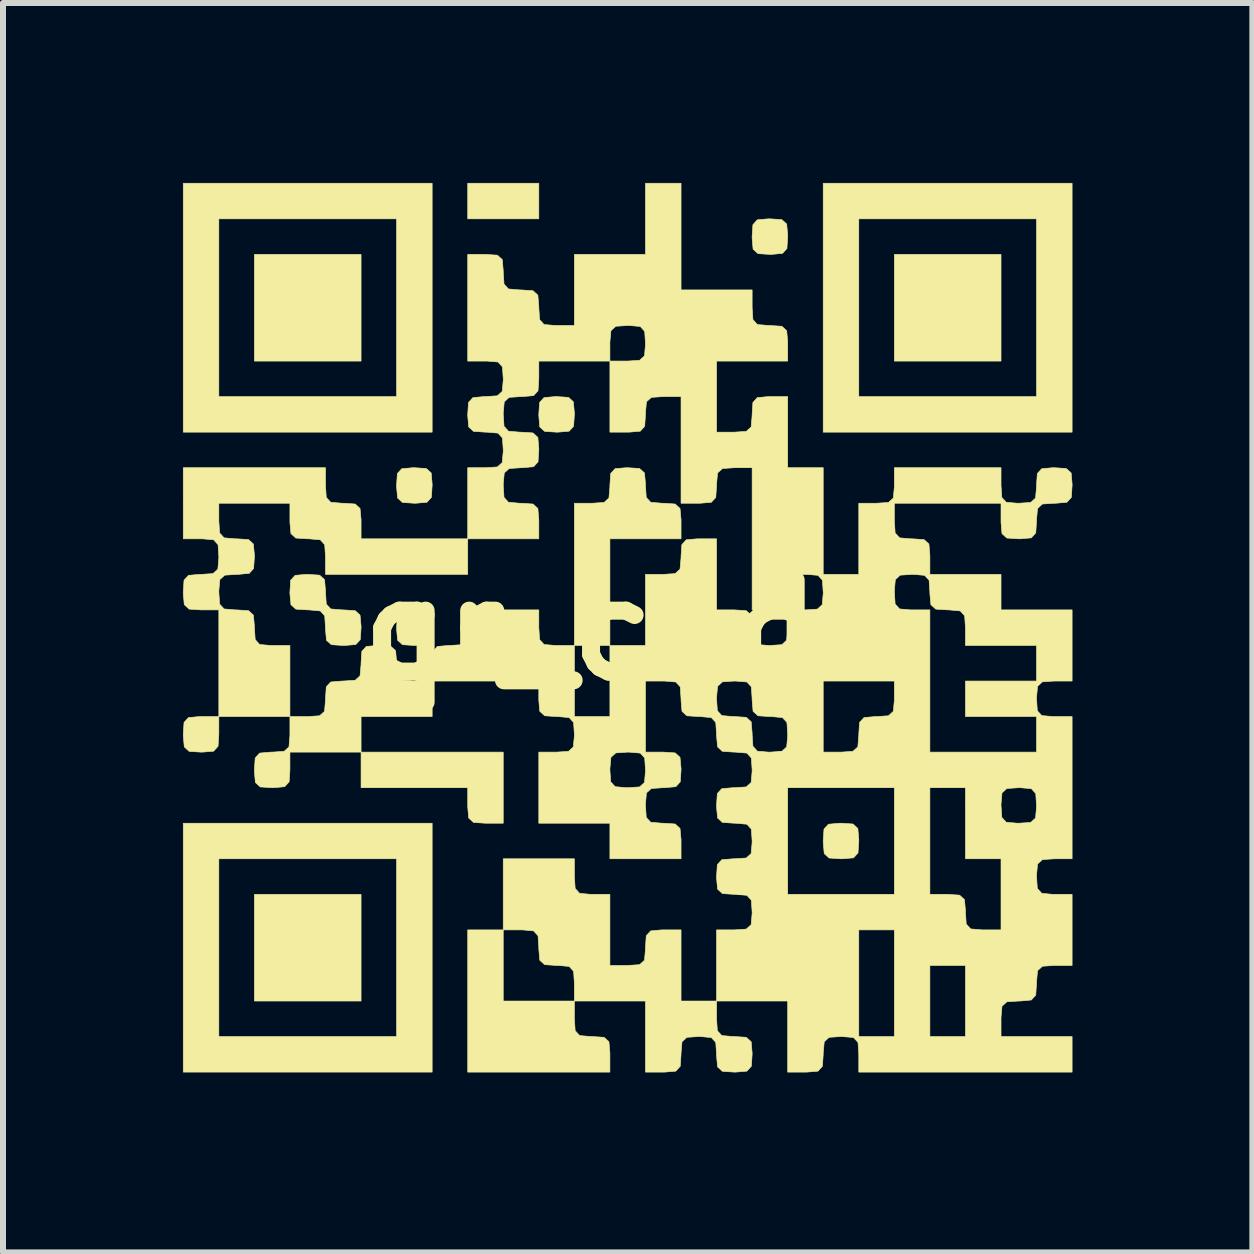
<source format=kicad_pcb>
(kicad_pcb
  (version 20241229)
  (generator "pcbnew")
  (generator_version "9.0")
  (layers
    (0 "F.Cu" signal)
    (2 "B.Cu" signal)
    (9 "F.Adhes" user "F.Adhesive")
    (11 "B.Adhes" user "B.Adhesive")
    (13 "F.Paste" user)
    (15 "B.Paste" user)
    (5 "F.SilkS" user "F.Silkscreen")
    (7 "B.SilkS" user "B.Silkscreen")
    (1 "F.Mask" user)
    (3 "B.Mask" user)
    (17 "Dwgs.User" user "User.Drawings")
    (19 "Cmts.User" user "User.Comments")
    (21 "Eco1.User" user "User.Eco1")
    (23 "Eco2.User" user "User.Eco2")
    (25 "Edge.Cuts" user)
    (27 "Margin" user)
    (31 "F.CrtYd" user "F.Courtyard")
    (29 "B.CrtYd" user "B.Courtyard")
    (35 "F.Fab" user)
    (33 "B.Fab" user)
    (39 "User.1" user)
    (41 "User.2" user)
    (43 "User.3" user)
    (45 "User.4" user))
  (footprint "qr_code"
    (layer "F.Cu")
    (at 7.456 7.456)
    (property "Reference" "qr_code" (at 0 0 0) (layer "F.SilkS") (effects (font (size 1.524 1.524) (thickness 0.3))))
    (attr through_hole)
    (fp_poly (pts (xy -4.487 -4.487) (xy -6.265 -4.487) (xy -6.265 -6.265) (xy -4.487 -6.265) (xy -4.487 -4.487)) (stroke (width 0.01) (type solid)) (fill yes) (layer "F.SilkS"))
    (fp_poly (pts (xy -4.487 6.181) (xy -6.265 6.181) (xy -6.265 4.403) (xy -4.487 4.403) (xy -4.487 6.181)) (stroke (width 0.01) (type solid)) (fill yes) (layer "F.SilkS"))
    (fp_poly (pts (xy -1.524 -6.858) (xy -2.709 -6.858) (xy -2.709 -7.451) (xy -1.524 -7.451) (xy -1.524 -6.858)) (stroke (width 0.01) (type solid)) (fill yes) (layer "F.SilkS"))
    (fp_poly (pts (xy 6.181 -4.487) (xy 4.403 -4.487) (xy 4.403 -6.265) (xy 6.181 -6.265) (xy 6.181 -4.487)) (stroke (width 0.01) (type solid)) (fill yes) (layer "F.SilkS"))
    (fp_poly (pts (xy -2.117 3.217) (xy -2.413 3.217) (xy -2.612 3.204) (xy -2.693 3.13) (xy -2.709 2.944) (xy -2.709 2.921) (xy -2.709 2.625) (xy -4.487 2.625) (xy -4.487 2.032) (xy -2.117 2.032) (xy -2.117 3.217)) (stroke (width 0.01) (type solid)) (fill yes) (layer "F.SilkS"))
    (fp_poly (pts (xy -3.302 -3.302) (xy -7.451 -3.302) (xy -7.451 -6.858) (xy -6.858 -6.858) (xy -6.858 -3.895) (xy -3.895 -3.895) (xy -3.895 -6.858) (xy -6.858 -6.858) (xy -7.451 -6.858) (xy -7.451 -7.451) (xy -3.302 -7.451) (xy -3.302 -3.302)) (stroke (width 0.01) (type solid)) (fill yes) (layer "F.SilkS"))
    (fp_poly (pts (xy -3.302 7.366) (xy -7.451 7.366) (xy -7.451 3.81) (xy -6.858 3.81) (xy -6.858 6.773) (xy -3.895 6.773) (xy -3.895 3.81) (xy -6.858 3.81) (xy -7.451 3.81) (xy -7.451 3.217) (xy -3.302 3.217) (xy -3.302 7.366)) (stroke (width 0.01) (type solid)) (fill yes) (layer "F.SilkS"))
    (fp_poly (pts (xy 7.366 -3.302) (xy 3.217 -3.302) (xy 3.217 -6.858) (xy 3.81 -6.858) (xy 3.81 -3.895) (xy 6.773 -3.895) (xy 6.773 -6.858) (xy 3.81 -6.858) (xy 3.217 -6.858) (xy 3.217 -7.451) (xy 7.366 -7.451) (xy 7.366 -3.302)) (stroke (width 0.01) (type solid)) (fill yes) (layer "F.SilkS"))
    (fp_poly (pts (xy -6.858 1.736) (xy -6.871 1.934) (xy -6.945 2.016) (xy -7.132 2.032) (xy -7.154 2.032) (xy -7.353 2.019) (xy -7.434 1.945) (xy -7.451 1.758) (xy -7.451 1.736) (xy -7.438 1.537) (xy -7.364 1.456) (xy -7.177 1.439) (xy -7.154 1.439) (xy -6.858 1.439) (xy -6.858 1.736)) (stroke (width 0.01) (type solid)) (fill yes) (layer "F.SilkS"))
    (fp_poly (pts (xy -3.4 -2.696) (xy -3.318 -2.622) (xy -3.302 -2.436) (xy -3.302 -2.413) (xy -3.315 -2.214) (xy -3.389 -2.133) (xy -3.576 -2.117) (xy -3.598 -2.117) (xy -3.797 -2.13) (xy -3.878 -2.204) (xy -3.895 -2.39) (xy -3.895 -2.413) (xy -3.882 -2.612) (xy -3.808 -2.693) (xy -3.621 -2.709) (xy -3.598 -2.709) (xy -3.4 -2.696)) (stroke (width 0.01) (type solid)) (fill yes) (layer "F.SilkS"))
    (fp_poly (pts (xy -3.4 -0.326) (xy -3.318 -0.252) (xy -3.302 -0.065) (xy -3.302 -0.042) (xy -3.315 0.156) (xy -3.389 0.238) (xy -3.576 0.254) (xy -3.598 0.254) (xy -3.797 0.241) (xy -3.878 0.167) (xy -3.895 -0.02) (xy -3.895 -0.042) (xy -3.882 -0.241) (xy -3.808 -0.322) (xy -3.621 -0.339) (xy -3.598 -0.339) (xy -3.4 -0.326)) (stroke (width 0.01) (type solid)) (fill yes) (layer "F.SilkS"))
    (fp_poly (pts (xy -1.029 -3.882) (xy -0.948 -3.808) (xy -0.931 -3.621) (xy -0.931 -3.598) (xy -0.944 -3.4) (xy -1.018 -3.318) (xy -1.205 -3.302) (xy -1.228 -3.302) (xy -1.426 -3.315) (xy -1.508 -3.389) (xy -1.524 -3.576) (xy -1.524 -3.598) (xy -1.511 -3.797) (xy -1.437 -3.878) (xy -1.25 -3.895) (xy -1.228 -3.895) (xy -1.029 -3.882)) (stroke (width 0.01) (type solid)) (fill yes) (layer "F.SilkS"))
    (fp_poly (pts (xy 2.527 -6.845) (xy 2.608 -6.771) (xy 2.625 -6.584) (xy 2.625 -6.562) (xy 2.612 -6.363) (xy 2.538 -6.282) (xy 2.351 -6.265) (xy 2.328 -6.265) (xy 2.13 -6.278) (xy 2.048 -6.352) (xy 2.032 -6.539) (xy 2.032 -6.562) (xy 2.045 -6.76) (xy 2.119 -6.842) (xy 2.306 -6.858) (xy 2.328 -6.858) (xy 2.527 -6.845)) (stroke (width 0.01) (type solid)) (fill yes) (layer "F.SilkS"))
    (fp_poly (pts (xy 3.712 3.23) (xy 3.794 3.304) (xy 3.81 3.491) (xy 3.81 3.514) (xy 3.797 3.712) (xy 3.723 3.794) (xy 3.536 3.81) (xy 3.514 3.81) (xy 3.315 3.797) (xy 3.234 3.723) (xy 3.217 3.536) (xy 3.217 3.514) (xy 3.23 3.315) (xy 3.304 3.234) (xy 3.491 3.217) (xy 3.514 3.217) (xy 3.712 3.23)) (stroke (width 0.01) (type solid)) (fill yes) (layer "F.SilkS"))
    (fp_poly (pts (xy 0.156 -2.696) (xy 0.238 -2.622) (xy 0.254 -2.436) (xy 0.254 -2.413) (xy 0.267 -2.214) (xy 0.341 -2.133) (xy 0.528 -2.117) (xy 0.55 -2.117) (xy 0.749 -2.104) (xy 0.83 -2.03) (xy 0.847 -1.843) (xy 0.847 -1.82) (xy 0.847 -1.524) (xy -0.339 -1.524) (xy -0.339 0.254) (xy -0.931 0.254) (xy -0.931 -2.117) (xy -0.635 -2.117) (xy -0.436 -2.13) (xy -0.355 -2.204) (xy -0.339 -2.39) (xy -0.339 -2.413) (xy -0.326 -2.612) (xy -0.252 -2.693) (xy -0.065 -2.709) (xy -0.042 -2.709) (xy 0.156 -2.696)) (stroke (width 0.01) (type solid)) (fill yes) (layer "F.SilkS"))
    (fp_poly (pts (xy -5.178 -0.918) (xy -5.096 -0.844) (xy -5.08 -0.658) (xy -5.08 -0.635) (xy -5.067 -0.436) (xy -4.993 -0.355) (xy -4.806 -0.339) (xy -4.784 -0.339) (xy -4.585 -0.326) (xy -4.504 -0.252) (xy -4.487 -0.065) (xy -4.487 -0.042) (xy -4.5 0.156) (xy -4.574 0.238) (xy -4.761 0.254) (xy -4.784 0.254) (xy -4.982 0.241) (xy -5.064 0.167) (xy -5.08 -0.02) (xy -5.08 -0.042) (xy -5.093 -0.241) (xy -5.167 -0.322) (xy -5.354 -0.339) (xy -5.376 -0.339) (xy -5.575 -0.352) (xy -5.656 -0.426) (xy -5.673 -0.612) (xy -5.673 -0.635) (xy -5.66 -0.834) (xy -5.586 -0.915) (xy -5.399 -0.931) (xy -5.376 -0.931) (xy -5.178 -0.918)) (stroke (width 0.01) (type solid)) (fill yes) (layer "F.SilkS"))
    (fp_poly (pts (xy -0.931 4.106) (xy -0.918 4.305) (xy -0.844 4.386) (xy -0.658 4.403) (xy -0.635 4.403) (xy -0.339 4.403) (xy -0.339 5.588) (xy -0.042 5.588) (xy 0.156 5.575) (xy 0.238 5.501) (xy 0.254 5.314) (xy 0.254 5.292) (xy 0.267 5.093) (xy 0.341 5.012) (xy 0.528 4.995) (xy 0.55 4.995) (xy 0.847 4.995) (xy 0.847 6.181) (xy 1.439 6.181) (xy 1.439 6.477) (xy 1.452 6.676) (xy 1.526 6.757) (xy 1.713 6.773) (xy 1.736 6.773) (xy 1.934 6.786) (xy 2.016 6.86) (xy 2.032 7.047) (xy 2.032 7.07) (xy 2.019 7.268) (xy 1.945 7.35) (xy 1.758 7.366) (xy 1.736 7.366) (xy 1.537 7.353) (xy 1.456 7.279) (xy 1.439 7.092) (xy 1.439 7.07) (xy 1.426 6.871) (xy 1.352 6.79) (xy 1.166 6.773) (xy 1.143 6.773) (xy 0.944 6.786) (xy 0.863 6.86) (xy 0.847 7.047) (xy 0.847 7.07) (xy 0.834 7.268) (xy 0.76 7.35) (xy 0.573 7.366) (xy 0.55 7.366) (xy 0.254 7.366) (xy 0.254 6.181) (xy -0.931 6.181) (xy -0.931 6.477) (xy -0.918 6.676) (xy -0.844 6.757) (xy -0.658 6.773) (xy -0.635 6.773) (xy -0.436 6.786) (xy -0.355 6.86) (xy -0.339 7.047) (xy -0.339 7.07) (xy -0.339 7.366) (xy -2.709 7.366) (xy -2.709 4.995) (xy -2.117 4.995) (xy -2.117 6.181) (xy -0.931 6.181) (xy -0.931 5.884) (xy -0.944 5.686) (xy -1.018 5.604) (xy -1.205 5.588) (xy -1.228 5.588) (xy -1.426 5.575) (xy -1.508 5.501) (xy -1.524 5.314) (xy -1.524 5.292) (xy -1.537 5.093) (xy -1.611 5.012) (xy -1.798 4.995) (xy -1.82 4.995) (xy -2.117 4.995) (xy -2.117 3.81) (xy -0.931 3.81) (xy -0.931 4.106)) (stroke (width 0.01) (type solid)) (fill yes) (layer "F.SilkS"))
    (fp_poly (pts (xy -6.858 -0.339) (xy -7.154 -0.339) (xy -7.353 -0.352) (xy -7.434 -0.426) (xy -7.451 -0.612) (xy -7.451 -0.635) (xy -7.438 -0.834) (xy -7.364 -0.915) (xy -7.177 -0.931) (xy -7.154 -0.931) (xy -6.956 -0.944) (xy -6.874 -1.018) (xy -6.858 -1.205) (xy -6.858 -1.228) (xy -6.871 -1.426) (xy -6.945 -1.508) (xy -7.132 -1.524) (xy -7.154 -1.524) (xy -7.451 -1.524) (xy -7.451 -2.117) (xy -6.858 -2.117) (xy -6.858 -1.82) (xy -6.845 -1.622) (xy -6.771 -1.54) (xy -6.584 -1.524) (xy -6.562 -1.524) (xy -6.363 -1.511) (xy -6.282 -1.437) (xy -6.265 -1.25) (xy -6.265 -1.228) (xy -6.278 -1.029) (xy -6.352 -0.948) (xy -6.539 -0.931) (xy -6.562 -0.931) (xy -6.76 -0.918) (xy -6.842 -0.844) (xy -6.858 -0.658) (xy -6.858 -0.635) (xy -6.845 -0.436) (xy -6.771 -0.355) (xy -6.584 -0.339) (xy -6.562 -0.339) (xy -6.363 -0.326) (xy -6.282 -0.252) (xy -6.265 -0.065) (xy -6.265 -0.042) (xy -6.252 0.156) (xy -6.178 0.238) (xy -5.992 0.254) (xy -5.969 0.254) (xy -5.673 0.254) (xy -5.673 1.439) (xy -5.376 1.439) (xy -5.178 1.426) (xy -5.096 1.352) (xy -5.08 1.166) (xy -5.08 1.143) (xy -5.067 0.944) (xy -4.993 0.863) (xy -4.806 0.847) (xy -4.784 0.847) (xy -4.585 0.834) (xy -4.504 0.76) (xy -4.487 0.573) (xy -4.487 0.55) (xy -4.474 0.352) (xy -4.4 0.27) (xy -4.214 0.254) (xy -4.191 0.254) (xy -3.992 0.267) (xy -3.911 0.341) (xy -3.895 0.528) (xy -3.895 0.55) (xy -3.882 0.749) (xy -3.808 0.83) (xy -3.621 0.847) (xy -3.598 0.847) (xy -3.4 0.834) (xy -3.318 0.76) (xy -3.302 0.573) (xy -3.302 0.55) (xy -3.289 0.352) (xy -3.215 0.27) (xy -3.028 0.254) (xy -3.006 0.254) (xy -2.807 0.241) (xy -2.726 0.167) (xy -2.709 -0.02) (xy -2.709 -0.042) (xy -2.709 -0.339) (xy -1.524 -0.339) (xy -1.524 -0.042) (xy -1.511 0.156) (xy -1.437 0.238) (xy -1.25 0.254) (xy -1.228 0.254) (xy -0.931 0.254) (xy -0.931 1.439) (xy -0.339 1.439) (xy -0.339 0.254) (xy 0.254 0.254) (xy 0.254 -0.931) (xy 0.55 -0.931) (xy 0.749 -0.944) (xy 0.83 -1.018) (xy 0.847 -1.205) (xy 0.847 -1.228) (xy 0.86 -1.426) (xy 0.934 -1.508) (xy 1.12 -1.524) (xy 1.143 -1.524) (xy 1.439 -1.524) (xy 1.439 -0.339) (xy 1.736 -0.339) (xy 1.934 -0.326) (xy 2.016 -0.252) (xy 2.032 -0.065) (xy 2.032 -0.042) (xy 2.045 0.156) (xy 2.119 0.238) (xy 2.306 0.254) (xy 2.328 0.254) (xy 2.527 0.241) (xy 2.608 0.167) (xy 2.625 -0.02) (xy 2.625 -0.042) (xy 2.638 -0.241) (xy 2.712 -0.322) (xy 2.898 -0.339) (xy 2.921 -0.339) (xy 3.12 -0.352) (xy 3.201 -0.426) (xy 3.217 -0.612) (xy 3.217 -0.635) (xy 4.403 -0.635) (xy 4.416 -0.436) (xy 4.49 -0.355) (xy 4.676 -0.339) (xy 4.699 -0.339) (xy 4.995 -0.339) (xy 4.995 2.032) (xy 6.773 2.032) (xy 6.773 1.439) (xy 5.588 1.439) (xy 5.588 0.847) (xy 6.773 0.847) (xy 6.773 0.254) (xy 5.588 0.254) (xy 5.588 -0.042) (xy 5.575 -0.241) (xy 5.501 -0.322) (xy 5.314 -0.339) (xy 5.292 -0.339) (xy 5.093 -0.352) (xy 5.012 -0.426) (xy 4.995 -0.612) (xy 4.995 -0.635) (xy 4.982 -0.834) (xy 4.908 -0.915) (xy 4.722 -0.931) (xy 4.699 -0.931) (xy 4.5 -0.918) (xy 4.419 -0.844) (xy 4.403 -0.658) (xy 4.403 -0.635) (xy 3.217 -0.635) (xy 3.204 -0.834) (xy 3.13 -0.915) (xy 2.944 -0.931) (xy 2.921 -0.931) (xy 2.722 -0.918) (xy 2.641 -0.844) (xy 2.625 -0.658) (xy 2.625 -0.635) (xy 2.612 -0.436) (xy 2.538 -0.355) (xy 2.351 -0.339) (xy 2.328 -0.339) (xy 2.032 -0.339) (xy 2.032 -2.709) (xy 1.736 -2.709) (xy 1.537 -2.696) (xy 1.456 -2.622) (xy 1.439 -2.436) (xy 1.439 -2.413) (xy 1.426 -2.214) (xy 1.352 -2.133) (xy 1.166 -2.117) (xy 1.143 -2.117) (xy 0.847 -2.117) (xy 0.847 -3.895) (xy 0.55 -3.895) (xy 0.352 -3.882) (xy 0.27 -3.808) (xy 0.254 -3.621) (xy 0.254 -3.598) (xy 0.241 -3.4) (xy 0.167 -3.318) (xy -0.02 -3.302) (xy -0.042 -3.302) (xy -0.339 -3.302) (xy -0.339 -4.487) (xy -1.524 -4.487) (xy -1.524 -4.191) (xy -1.537 -3.992) (xy -1.611 -3.911) (xy -1.798 -3.895) (xy -1.82 -3.895) (xy -2.019 -3.882) (xy -2.1 -3.808) (xy -2.117 -3.621) (xy -2.117 -3.598) (xy -2.104 -3.4) (xy -2.03 -3.318) (xy -1.843 -3.302) (xy -1.82 -3.302) (xy -1.622 -3.289) (xy -1.54 -3.215) (xy -1.524 -3.028) (xy -1.524 -3.006) (xy -1.537 -2.807) (xy -1.611 -2.726) (xy -1.798 -2.709) (xy -1.82 -2.709) (xy -2.019 -2.696) (xy -2.1 -2.622) (xy -2.117 -2.436) (xy -2.117 -2.413) (xy -2.104 -2.214) (xy -2.03 -2.133) (xy -1.843 -2.117) (xy -1.82 -2.117) (xy -1.622 -2.104) (xy -1.54 -2.03) (xy -1.524 -1.843) (xy -1.524 -1.82) (xy -1.524 -1.524) (xy -2.709 -1.524) (xy -2.709 -0.931) (xy -5.08 -0.931) (xy -5.08 -1.228) (xy -5.093 -1.426) (xy -5.167 -1.508) (xy -5.354 -1.524) (xy -5.376 -1.524) (xy -5.575 -1.537) (xy -5.656 -1.611) (xy -5.673 -1.798) (xy -5.673 -1.82) (xy -5.673 -2.117) (xy -6.858 -2.117) (xy -7.451 -2.117) (xy -7.451 -2.709) (xy -5.08 -2.709) (xy -5.08 -2.413) (xy -5.067 -2.214) (xy -4.993 -2.133) (xy -4.806 -2.117) (xy -4.784 -2.117) (xy -4.585 -2.104) (xy -4.504 -2.03) (xy -4.487 -1.843) (xy -4.487 -1.82) (xy -4.487 -1.524) (xy -2.709 -1.524) (xy -2.709 -2.709) (xy -2.413 -2.709) (xy -2.214 -2.722) (xy -2.133 -2.796) (xy -2.117 -2.983) (xy -2.117 -3.006) (xy -2.13 -3.204) (xy -2.204 -3.286) (xy -2.39 -3.302) (xy -2.413 -3.302) (xy -2.612 -3.315) (xy -2.693 -3.389) (xy -2.709 -3.576) (xy -2.709 -3.598) (xy -2.696 -3.797) (xy -2.622 -3.878) (xy -2.436 -3.895) (xy -2.413 -3.895) (xy -2.214 -3.908) (xy -2.133 -3.982) (xy -2.117 -4.168) (xy -2.117 -4.191) (xy -2.13 -4.39) (xy -2.204 -4.471) (xy -2.39 -4.487) (xy -2.413 -4.487) (xy -2.709 -4.487) (xy -2.709 -4.784) (xy -0.339 -4.784) (xy -0.339 -4.487) (xy -0.042 -4.487) (xy 0.156 -4.5) (xy 0.238 -4.574) (xy 0.254 -4.761) (xy 0.254 -4.784) (xy 0.241 -4.982) (xy 0.167 -5.064) (xy -0.02 -5.08) (xy -0.042 -5.08) (xy -0.241 -5.067) (xy -0.322 -4.993) (xy -0.339 -4.806) (xy -0.339 -4.784) (xy -2.709 -4.784) (xy -2.709 -6.265) (xy -2.413 -6.265) (xy -2.214 -6.252) (xy -2.133 -6.178) (xy -2.117 -5.992) (xy -2.117 -5.969) (xy -2.104 -5.77) (xy -2.03 -5.689) (xy -1.843 -5.673) (xy -1.82 -5.673) (xy -1.622 -5.66) (xy -1.54 -5.586) (xy -1.524 -5.399) (xy -1.524 -5.376) (xy -1.511 -5.178) (xy -1.437 -5.096) (xy -1.25 -5.08) (xy -1.228 -5.08) (xy -0.931 -5.08) (xy -0.931 -6.265) (xy 0.254 -6.265) (xy 0.254 -7.451) (xy 0.847 -7.451) (xy 0.847 -5.673) (xy 2.032 -5.673) (xy 2.032 -5.376) (xy 2.045 -5.178) (xy 2.119 -5.096) (xy 2.306 -5.08) (xy 2.328 -5.08) (xy 2.527 -5.067) (xy 2.608 -4.993) (xy 2.625 -4.806) (xy 2.625 -4.784) (xy 2.625 -4.487) (xy 1.439 -4.487) (xy 1.439 -3.302) (xy 1.736 -3.302) (xy 1.934 -3.315) (xy 2.016 -3.389) (xy 2.032 -3.576) (xy 2.032 -3.598) (xy 2.045 -3.797) (xy 2.119 -3.878) (xy 2.306 -3.895) (xy 2.328 -3.895) (xy 2.625 -3.895) (xy 2.625 -2.709) (xy 3.217 -2.709) (xy 3.217 -0.931) (xy 3.81 -0.931) (xy 3.81 -2.117) (xy 4.106 -2.117) (xy 4.305 -2.13) (xy 4.386 -2.204) (xy 4.403 -2.39) (xy 4.403 -2.413) (xy 4.403 -2.709) (xy 6.181 -2.709) (xy 6.181 -2.413) (xy 6.194 -2.214) (xy 6.268 -2.133) (xy 6.454 -2.117) (xy 6.477 -2.117) (xy 6.676 -2.13) (xy 6.757 -2.204) (xy 6.773 -2.39) (xy 6.773 -2.413) (xy 6.786 -2.612) (xy 6.86 -2.693) (xy 7.047 -2.709) (xy 7.07 -2.709) (xy 7.268 -2.696) (xy 7.35 -2.622) (xy 7.366 -2.436) (xy 7.366 -2.413) (xy 7.353 -2.214) (xy 7.279 -2.133) (xy 7.092 -2.117) (xy 7.07 -2.117) (xy 6.871 -2.104) (xy 6.79 -2.03) (xy 6.773 -1.843) (xy 6.773 -1.82) (xy 6.76 -1.622) (xy 6.686 -1.54) (xy 6.5 -1.524) (xy 6.477 -1.524) (xy 6.278 -1.537) (xy 6.197 -1.611) (xy 6.181 -1.798) (xy 6.181 -1.82) (xy 6.181 -2.117) (xy 4.403 -2.117) (xy 4.403 -1.82) (xy 4.416 -1.622) (xy 4.49 -1.54) (xy 4.676 -1.524) (xy 4.699 -1.524) (xy 4.898 -1.511) (xy 4.979 -1.437) (xy 4.995 -1.25) (xy 4.995 -1.228) (xy 4.995 -0.931) (xy 6.181 -0.931) (xy 6.181 -0.339) (xy 7.366 -0.339) (xy 7.366 0.847) (xy 7.07 0.847) (xy 6.871 0.86) (xy 6.79 0.934) (xy 6.773 1.12) (xy 6.773 1.143) (xy 6.786 1.342) (xy 6.86 1.423) (xy 7.047 1.439) (xy 7.07 1.439) (xy 7.366 1.439) (xy 7.366 3.81) (xy 7.07 3.81) (xy 6.871 3.823) (xy 6.79 3.897) (xy 6.773 4.084) (xy 6.773 4.106) (xy 6.786 4.305) (xy 6.86 4.386) (xy 7.047 4.403) (xy 7.07 4.403) (xy 7.366 4.403) (xy 7.366 5.588) (xy 7.07 5.588) (xy 6.871 5.601) (xy 6.79 5.675) (xy 6.773 5.862) (xy 6.773 5.884) (xy 6.76 6.083) (xy 6.686 6.164) (xy 6.5 6.181) (xy 6.477 6.181) (xy 6.278 6.194) (xy 6.197 6.268) (xy 6.181 6.454) (xy 6.181 6.477) (xy 6.181 6.773) (xy 7.366 6.773) (xy 7.366 7.366) (xy 3.81 7.366) (xy 3.81 7.07) (xy 3.797 6.871) (xy 3.723 6.79) (xy 3.536 6.773) (xy 3.514 6.773) (xy 3.315 6.786) (xy 3.234 6.86) (xy 3.217 7.047) (xy 3.217 7.07) (xy 3.204 7.268) (xy 3.13 7.35) (xy 2.944 7.366) (xy 2.921 7.366) (xy 2.625 7.366) (xy 2.625 6.181) (xy 1.439 6.181) (xy 1.439 4.995) (xy 1.736 4.995) (xy 3.81 4.995) (xy 3.81 6.773) (xy 4.403 6.773) (xy 4.403 5.588) (xy 4.995 5.588) (xy 4.995 6.773) (xy 5.588 6.773) (xy 5.588 5.588) (xy 4.995 5.588) (xy 4.403 5.588) (xy 4.403 4.995) (xy 3.81 4.995) (xy 1.736 4.995) (xy 1.934 4.982) (xy 2.016 4.908) (xy 2.032 4.722) (xy 2.032 4.699) (xy 2.019 4.5) (xy 1.945 4.419) (xy 1.758 4.403) (xy 1.736 4.403) (xy 1.537 4.39) (xy 1.456 4.316) (xy 1.439 4.129) (xy 1.439 4.106) (xy 1.452 3.908) (xy 1.526 3.826) (xy 1.713 3.81) (xy 1.736 3.81) (xy 1.934 3.797) (xy 2.016 3.723) (xy 2.032 3.536) (xy 2.032 3.514) (xy 2.019 3.315) (xy 1.945 3.234) (xy 1.758 3.217) (xy 1.736 3.217) (xy 1.537 3.204) (xy 1.456 3.13) (xy 1.439 2.944) (xy 1.439 2.921) (xy 1.452 2.722) (xy 1.526 2.641) (xy 1.713 2.625) (xy 1.736 2.625) (xy 2.625 2.625) (xy 2.625 4.403) (xy 4.403 4.403) (xy 4.403 2.625) (xy 4.995 2.625) (xy 4.995 4.403) (xy 5.292 4.403) (xy 5.49 4.416) (xy 5.572 4.49) (xy 5.588 4.676) (xy 5.588 4.699) (xy 5.601 4.898) (xy 5.675 4.979) (xy 5.862 4.995) (xy 5.884 4.995) (xy 6.181 4.995) (xy 6.181 3.81) (xy 5.588 3.81) (xy 5.588 2.921) (xy 6.181 2.921) (xy 6.194 3.12) (xy 6.268 3.201) (xy 6.454 3.217) (xy 6.477 3.217) (xy 6.676 3.204) (xy 6.757 3.13) (xy 6.773 2.944) (xy 6.773 2.921) (xy 6.76 2.722) (xy 6.686 2.641) (xy 6.5 2.625) (xy 6.477 2.625) (xy 6.278 2.638) (xy 6.197 2.712) (xy 6.181 2.898) (xy 6.181 2.921) (xy 5.588 2.921) (xy 5.588 2.625) (xy 4.995 2.625) (xy 4.403 2.625) (xy 2.625 2.625) (xy 1.736 2.625) (xy 1.934 2.612) (xy 2.016 2.538) (xy 2.032 2.351) (xy 2.032 2.328) (xy 2.019 2.13) (xy 1.945 2.048) (xy 1.758 2.032) (xy 1.736 2.032) (xy 1.537 2.019) (xy 1.456 1.945) (xy 1.439 1.758) (xy 1.439 1.736) (xy 1.426 1.537) (xy 1.352 1.456) (xy 1.166 1.439) (xy 1.143 1.439) (xy 0.944 1.426) (xy 0.863 1.352) (xy 0.847 1.166) (xy 0.847 1.143) (xy 1.439 1.143) (xy 1.452 1.342) (xy 1.526 1.423) (xy 1.713 1.439) (xy 1.736 1.439) (xy 1.934 1.452) (xy 2.016 1.526) (xy 2.032 1.713) (xy 2.032 1.736) (xy 2.045 1.934) (xy 2.119 2.016) (xy 2.306 2.032) (xy 2.328 2.032) (xy 2.527 2.019) (xy 2.608 1.945) (xy 2.625 1.758) (xy 2.625 1.736) (xy 2.612 1.537) (xy 2.538 1.456) (xy 2.351 1.439) (xy 2.328 1.439) (xy 2.13 1.426) (xy 2.048 1.352) (xy 2.032 1.166) (xy 2.032 1.143) (xy 2.019 0.944) (xy 1.945 0.863) (xy 1.758 0.847) (xy 1.736 0.847) (xy 3.217 0.847) (xy 3.217 2.032) (xy 3.514 2.032) (xy 3.712 2.019) (xy 3.794 1.945) (xy 3.81 1.758) (xy 3.81 1.736) (xy 3.823 1.537) (xy 3.897 1.456) (xy 4.084 1.439) (xy 4.106 1.439) (xy 4.305 1.426) (xy 4.386 1.352) (xy 4.403 1.166) (xy 4.403 1.143) (xy 4.403 0.847) (xy 3.217 0.847) (xy 1.736 0.847) (xy 1.537 0.86) (xy 1.456 0.934) (xy 1.439 1.12) (xy 1.439 1.143) (xy 0.847 1.143) (xy 0.834 0.944) (xy 0.76 0.863) (xy 0.573 0.847) (xy 0.55 0.847) (xy 0.254 0.847) (xy 0.254 2.032) (xy 0.55 2.032) (xy 0.749 2.045) (xy 0.83 2.119) (xy 0.847 2.306) (xy 0.847 2.328) (xy 0.834 2.527) (xy 0.76 2.608) (xy 0.573 2.625) (xy 0.55 2.625) (xy 0.352 2.638) (xy 0.27 2.712) (xy 0.254 2.898) (xy 0.254 2.921) (xy 0.267 3.12) (xy 0.341 3.201) (xy 0.528 3.217) (xy 0.55 3.217) (xy 0.749 3.23) (xy 0.83 3.304) (xy 0.847 3.491) (xy 0.847 3.514) (xy 0.847 3.81) (xy -0.339 3.81) (xy -0.339 3.217) (xy -1.524 3.217) (xy -1.524 2.328) (xy -0.339 2.328) (xy -0.326 2.527) (xy -0.252 2.608) (xy -0.065 2.625) (xy -0.042 2.625) (xy 0.156 2.612) (xy 0.238 2.538) (xy 0.254 2.351) (xy 0.254 2.328) (xy 0.241 2.13) (xy 0.167 2.048) (xy -0.02 2.032) (xy -0.042 2.032) (xy -0.241 2.045) (xy -0.322 2.119) (xy -0.339 2.306) (xy -0.339 2.328) (xy -1.524 2.328) (xy -1.524 2.032) (xy -1.228 2.032) (xy -1.029 2.019) (xy -0.948 1.945) (xy -0.931 1.758) (xy -0.931 1.736) (xy -0.944 1.537) (xy -1.018 1.456) (xy -1.205 1.439) (xy -1.228 1.439) (xy -1.426 1.426) (xy -1.508 1.352) (xy -1.524 1.166) (xy -1.524 1.143) (xy -1.524 0.847) (xy -3.302 0.847) (xy -3.302 1.439) (xy -4.487 1.439) (xy -4.487 2.032) (xy -5.673 2.032) (xy -5.673 2.328) (xy -5.686 2.527) (xy -5.76 2.608) (xy -5.946 2.625) (xy -5.969 2.625) (xy -6.168 2.612) (xy -6.249 2.538) (xy -6.265 2.351) (xy -6.265 2.328) (xy -6.252 2.13) (xy -6.178 2.048) (xy -5.992 2.032) (xy -5.969 2.032) (xy -5.77 2.019) (xy -5.689 1.945) (xy -5.673 1.758) (xy -5.673 1.736) (xy -5.673 1.439) (xy -6.858 1.439) (xy -6.858 -0.339)) (stroke (width 0.01) (type solid)) (fill yes) (layer "F.SilkS")))
  (gr_rect
    (start -3 -3)
    (end 17.827 17.827)
    (stroke (width 0.1) (type default))
    (fill no)
    (layer "Edge.Cuts")))
</source>
